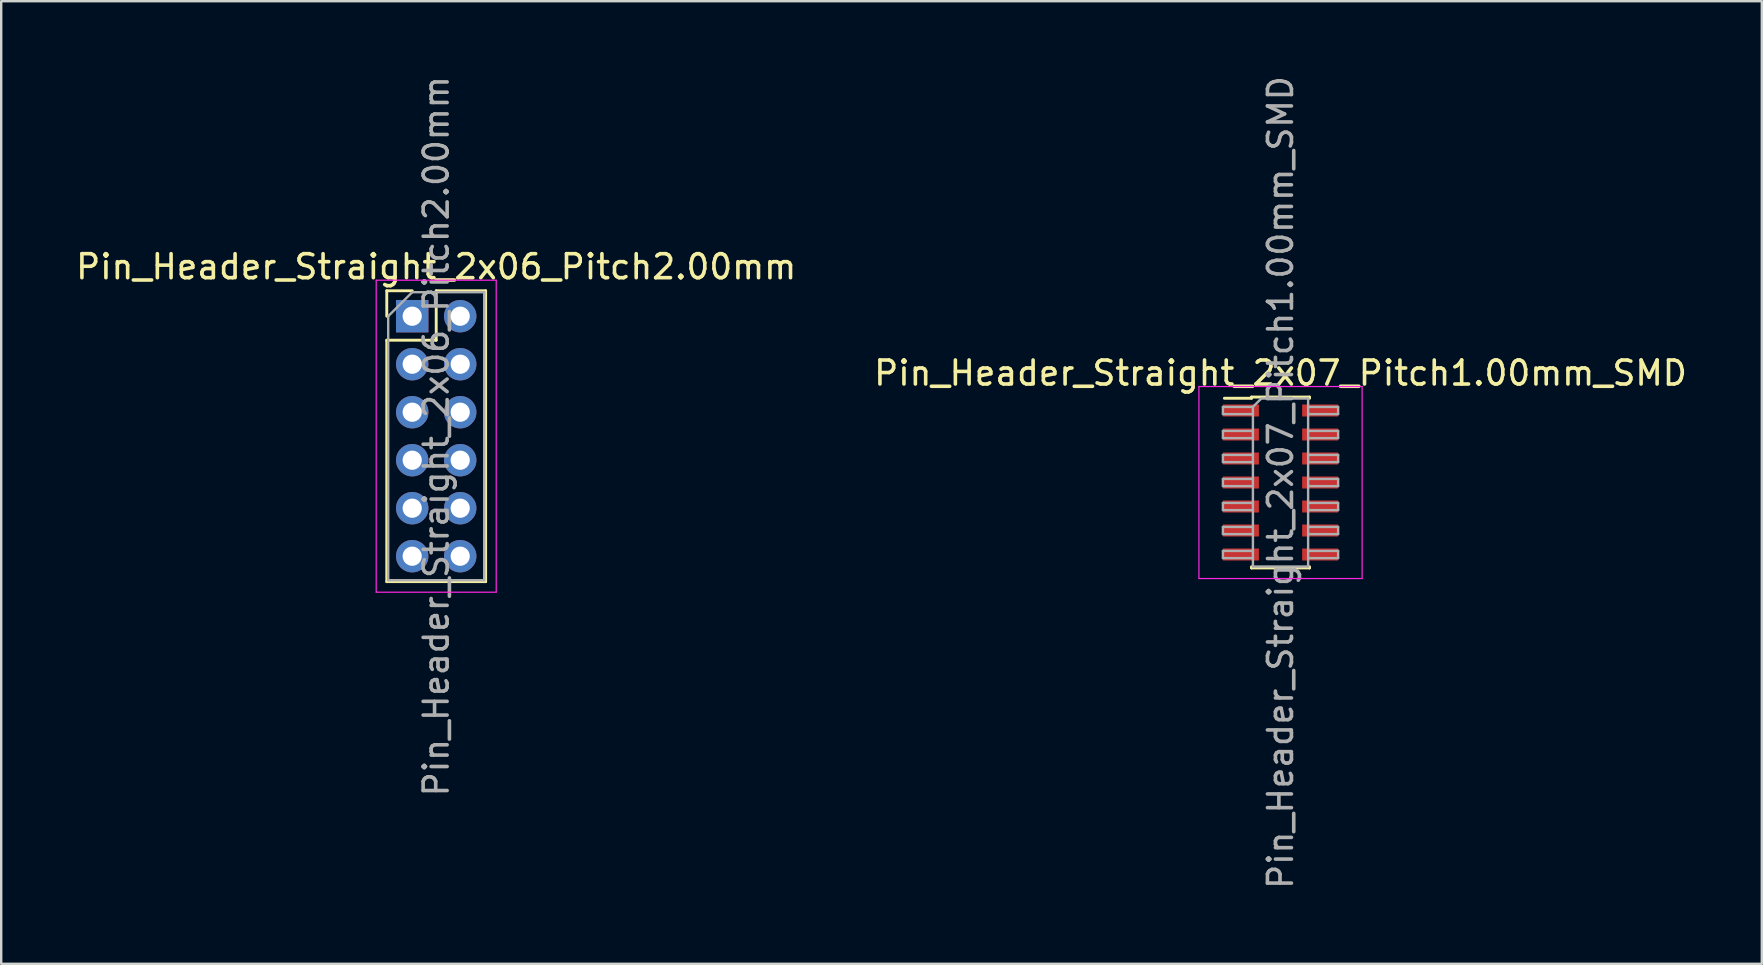
<source format=kicad_pcb>
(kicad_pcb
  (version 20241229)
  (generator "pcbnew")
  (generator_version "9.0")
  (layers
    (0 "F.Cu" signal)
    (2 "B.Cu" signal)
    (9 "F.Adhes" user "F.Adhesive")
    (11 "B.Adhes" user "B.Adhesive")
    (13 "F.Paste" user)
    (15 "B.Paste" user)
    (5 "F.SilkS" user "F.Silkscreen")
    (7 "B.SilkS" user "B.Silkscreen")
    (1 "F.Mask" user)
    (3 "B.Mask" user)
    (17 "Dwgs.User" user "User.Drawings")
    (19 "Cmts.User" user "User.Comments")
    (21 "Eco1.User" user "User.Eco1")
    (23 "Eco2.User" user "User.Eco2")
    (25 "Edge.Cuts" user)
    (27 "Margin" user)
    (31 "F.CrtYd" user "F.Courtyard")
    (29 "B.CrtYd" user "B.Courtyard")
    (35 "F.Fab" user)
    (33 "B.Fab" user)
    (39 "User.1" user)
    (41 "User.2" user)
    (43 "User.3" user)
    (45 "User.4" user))
  (footprint "Pin_Header_Straight_2x06_Pitch2.00mm"
    (layer "F.Cu")
    (at 14.125 10.125)
    (property "Reference" "Pin_Header_Straight_2x06_Pitch2.00mm" (at 1 -2.06 0) (layer "F.SilkS") (effects (font (size 1 1) (thickness 0.15))))
    (attr through_hole)
    (fp_line (start -1.06 -1.06) (end 0 -1.06) (stroke (width 0.12) (type solid)) (layer "F.SilkS"))
    (fp_line (start -1.06 0) (end -1.06 -1.06) (stroke (width 0.12) (type solid)) (layer "F.SilkS"))
    (fp_line (start -1.06 1) (end -1.06 11.06) (stroke (width 0.12) (type solid)) (layer "F.SilkS"))
    (fp_line (start -1.06 1) (end 1 1) (stroke (width 0.12) (type solid)) (layer "F.SilkS"))
    (fp_line (start -1.06 11.06) (end 3.06 11.06) (stroke (width 0.12) (type solid)) (layer "F.SilkS"))
    (fp_line (start 1 -1.06) (end 3.06 -1.06) (stroke (width 0.12) (type solid)) (layer "F.SilkS"))
    (fp_line (start 1 1) (end 1 -1.06) (stroke (width 0.12) (type solid)) (layer "F.SilkS"))
    (fp_line (start 3.06 -1.06) (end 3.06 11.06) (stroke (width 0.12) (type solid)) (layer "F.SilkS"))
    (fp_line (start -1.5 -1.5) (end -1.5 11.5) (stroke (width 0.05) (type solid)) (layer "F.CrtYd"))
    (fp_line (start -1.5 11.5) (end 3.5 11.5) (stroke (width 0.05) (type solid)) (layer "F.CrtYd"))
    (fp_line (start 3.5 -1.5) (end -1.5 -1.5) (stroke (width 0.05) (type solid)) (layer "F.CrtYd"))
    (fp_line (start 3.5 11.5) (end 3.5 -1.5) (stroke (width 0.05) (type solid)) (layer "F.CrtYd"))
    (fp_line (start -1 0) (end 0 -1) (stroke (width 0.1) (type solid)) (layer "F.Fab"))
    (fp_line (start -1 11) (end -1 0) (stroke (width 0.1) (type solid)) (layer "F.Fab"))
    (fp_line (start 0 -1) (end 3 -1) (stroke (width 0.1) (type solid)) (layer "F.Fab"))
    (fp_line (start 3 -1) (end 3 11) (stroke (width 0.1) (type solid)) (layer "F.Fab"))
    (fp_line (start 3 11) (end -1 11) (stroke (width 0.1) (type solid)) (layer "F.Fab"))
    (fp_text user "${REFERENCE}" (at 1 5 90) (layer "F.Fab") (effects (font (size 1 1) (thickness 0.15))))
    (pad "1" thru_hole rect (at 0 0) (size 1.35 1.35) (drill 0.8) (layers "*.Cu" "*.Mask"))
    (pad "2" thru_hole oval (at 2 0) (size 1.35 1.35) (drill 0.8) (layers "*.Cu" "*.Mask"))
    (pad "3" thru_hole oval (at 0 2) (size 1.35 1.35) (drill 0.8) (layers "*.Cu" "*.Mask"))
    (pad "4" thru_hole oval (at 2 2) (size 1.35 1.35) (drill 0.8) (layers "*.Cu" "*.Mask"))
    (pad "5" thru_hole oval (at 0 4) (size 1.35 1.35) (drill 0.8) (layers "*.Cu" "*.Mask"))
    (pad "6" thru_hole oval (at 2 4) (size 1.35 1.35) (drill 0.8) (layers "*.Cu" "*.Mask"))
    (pad "7" thru_hole oval (at 0 6) (size 1.35 1.35) (drill 0.8) (layers "*.Cu" "*.Mask"))
    (pad "8" thru_hole oval (at 2 6) (size 1.35 1.35) (drill 0.8) (layers "*.Cu" "*.Mask"))
    (pad "9" thru_hole oval (at 0 8) (size 1.35 1.35) (drill 0.8) (layers "*.Cu" "*.Mask"))
    (pad "10" thru_hole oval (at 2 8) (size 1.35 1.35) (drill 0.8) (layers "*.Cu" "*.Mask"))
    (pad "11" thru_hole oval (at 0 10) (size 1.35 1.35) (drill 0.8) (layers "*.Cu" "*.Mask"))
    (pad "12" thru_hole oval (at 2 10) (size 1.35 1.35) (drill 0.8) (layers "*.Cu" "*.Mask")))
  (footprint "Pin_Header_Straight_2x07_Pitch1.00mm_SMD"
    (layer "F.Cu")
    (at 50.304 17.054)
    (property "Reference" "Pin_Header_Straight_2x07_Pitch1.00mm_SMD" (at 0 -4.56 0) (layer "F.SilkS") (effects (font (size 1 1) (thickness 0.15))))
    (attr smd)
    (fp_line (start -2.34 -3.51) (end -1.21 -3.51) (stroke (width 0.12) (type solid)) (layer "F.SilkS"))
    (fp_line (start -1.21 -3.56) (end -1.21 -3.51) (stroke (width 0.12) (type solid)) (layer "F.SilkS"))
    (fp_line (start -1.21 -3.56) (end 1.21 -3.56) (stroke (width 0.12) (type solid)) (layer "F.SilkS"))
    (fp_line (start -1.21 3.51) (end -1.21 3.56) (stroke (width 0.12) (type solid)) (layer "F.SilkS"))
    (fp_line (start -1.21 3.56) (end 1.21 3.56) (stroke (width 0.12) (type solid)) (layer "F.SilkS"))
    (fp_line (start 1.21 -3.56) (end 1.21 -3.51) (stroke (width 0.12) (type solid)) (layer "F.SilkS"))
    (fp_line (start 1.21 3.51) (end 1.21 3.56) (stroke (width 0.12) (type solid)) (layer "F.SilkS"))
    (fp_line (start -3.4 -4) (end -3.4 4) (stroke (width 0.05) (type solid)) (layer "F.CrtYd"))
    (fp_line (start -3.4 4) (end 3.4 4) (stroke (width 0.05) (type solid)) (layer "F.CrtYd"))
    (fp_line (start 3.4 -4) (end -3.4 -4) (stroke (width 0.05) (type solid)) (layer "F.CrtYd"))
    (fp_line (start 3.4 4) (end 3.4 -4) (stroke (width 0.05) (type solid)) (layer "F.CrtYd"))
    (fp_line (start -2.4 -3.15) (end -2.4 -2.85) (stroke (width 0.1) (type solid)) (layer "F.Fab"))
    (fp_line (start -2.4 -2.85) (end -1.15 -2.85) (stroke (width 0.1) (type solid)) (layer "F.Fab"))
    (fp_line (start -2.4 -2.15) (end -2.4 -1.85) (stroke (width 0.1) (type solid)) (layer "F.Fab"))
    (fp_line (start -2.4 -1.85) (end -1.15 -1.85) (stroke (width 0.1) (type solid)) (layer "F.Fab"))
    (fp_line (start -2.4 -1.15) (end -2.4 -0.85) (stroke (width 0.1) (type solid)) (layer "F.Fab"))
    (fp_line (start -2.4 -0.85) (end -1.15 -0.85) (stroke (width 0.1) (type solid)) (layer "F.Fab"))
    (fp_line (start -2.4 -0.15) (end -2.4 0.15) (stroke (width 0.1) (type solid)) (layer "F.Fab"))
    (fp_line (start -2.4 0.15) (end -1.15 0.15) (stroke (width 0.1) (type solid)) (layer "F.Fab"))
    (fp_line (start -2.4 0.85) (end -2.4 1.15) (stroke (width 0.1) (type solid)) (layer "F.Fab"))
    (fp_line (start -2.4 1.15) (end -1.15 1.15) (stroke (width 0.1) (type solid)) (layer "F.Fab"))
    (fp_line (start -2.4 1.85) (end -2.4 2.15) (stroke (width 0.1) (type solid)) (layer "F.Fab"))
    (fp_line (start -2.4 2.15) (end -1.15 2.15) (stroke (width 0.1) (type solid)) (layer "F.Fab"))
    (fp_line (start -2.4 2.85) (end -2.4 3.15) (stroke (width 0.1) (type solid)) (layer "F.Fab"))
    (fp_line (start -2.4 3.15) (end -1.15 3.15) (stroke (width 0.1) (type solid)) (layer "F.Fab"))
    (fp_line (start -1.15 -3.15) (end -2.4 -3.15) (stroke (width 0.1) (type solid)) (layer "F.Fab"))
    (fp_line (start -1.15 -3.15) (end -0.8 -3.5) (stroke (width 0.1) (type solid)) (layer "F.Fab"))
    (fp_line (start -1.15 -2.15) (end -2.4 -2.15) (stroke (width 0.1) (type solid)) (layer "F.Fab"))
    (fp_line (start -1.15 -1.15) (end -2.4 -1.15) (stroke (width 0.1) (type solid)) (layer "F.Fab"))
    (fp_line (start -1.15 -0.15) (end -2.4 -0.15) (stroke (width 0.1) (type solid)) (layer "F.Fab"))
    (fp_line (start -1.15 0.85) (end -2.4 0.85) (stroke (width 0.1) (type solid)) (layer "F.Fab"))
    (fp_line (start -1.15 1.85) (end -2.4 1.85) (stroke (width 0.1) (type solid)) (layer "F.Fab"))
    (fp_line (start -1.15 2.85) (end -2.4 2.85) (stroke (width 0.1) (type solid)) (layer "F.Fab"))
    (fp_line (start -1.15 3.5) (end -1.15 -3.15) (stroke (width 0.1) (type solid)) (layer "F.Fab"))
    (fp_line (start -0.8 -3.5) (end 1.15 -3.5) (stroke (width 0.1) (type solid)) (layer "F.Fab"))
    (fp_line (start 1.15 -3.5) (end 1.15 3.5) (stroke (width 0.1) (type solid)) (layer "F.Fab"))
    (fp_line (start 1.15 -3.15) (end 2.4 -3.15) (stroke (width 0.1) (type solid)) (layer "F.Fab"))
    (fp_line (start 1.15 -2.15) (end 2.4 -2.15) (stroke (width 0.1) (type solid)) (layer "F.Fab"))
    (fp_line (start 1.15 -1.15) (end 2.4 -1.15) (stroke (width 0.1) (type solid)) (layer "F.Fab"))
    (fp_line (start 1.15 -0.15) (end 2.4 -0.15) (stroke (width 0.1) (type solid)) (layer "F.Fab"))
    (fp_line (start 1.15 0.85) (end 2.4 0.85) (stroke (width 0.1) (type solid)) (layer "F.Fab"))
    (fp_line (start 1.15 1.85) (end 2.4 1.85) (stroke (width 0.1) (type solid)) (layer "F.Fab"))
    (fp_line (start 1.15 2.85) (end 2.4 2.85) (stroke (width 0.1) (type solid)) (layer "F.Fab"))
    (fp_line (start 1.15 3.5) (end -1.15 3.5) (stroke (width 0.1) (type solid)) (layer "F.Fab"))
    (fp_line (start 2.4 -3.15) (end 2.4 -2.85) (stroke (width 0.1) (type solid)) (layer "F.Fab"))
    (fp_line (start 2.4 -2.85) (end 1.15 -2.85) (stroke (width 0.1) (type solid)) (layer "F.Fab"))
    (fp_line (start 2.4 -2.15) (end 2.4 -1.85) (stroke (width 0.1) (type solid)) (layer "F.Fab"))
    (fp_line (start 2.4 -1.85) (end 1.15 -1.85) (stroke (width 0.1) (type solid)) (layer "F.Fab"))
    (fp_line (start 2.4 -1.15) (end 2.4 -0.85) (stroke (width 0.1) (type solid)) (layer "F.Fab"))
    (fp_line (start 2.4 -0.85) (end 1.15 -0.85) (stroke (width 0.1) (type solid)) (layer "F.Fab"))
    (fp_line (start 2.4 -0.15) (end 2.4 0.15) (stroke (width 0.1) (type solid)) (layer "F.Fab"))
    (fp_line (start 2.4 0.15) (end 1.15 0.15) (stroke (width 0.1) (type solid)) (layer "F.Fab"))
    (fp_line (start 2.4 0.85) (end 2.4 1.15) (stroke (width 0.1) (type solid)) (layer "F.Fab"))
    (fp_line (start 2.4 1.15) (end 1.15 1.15) (stroke (width 0.1) (type solid)) (layer "F.Fab"))
    (fp_line (start 2.4 1.85) (end 2.4 2.15) (stroke (width 0.1) (type solid)) (layer "F.Fab"))
    (fp_line (start 2.4 2.15) (end 1.15 2.15) (stroke (width 0.1) (type solid)) (layer "F.Fab"))
    (fp_line (start 2.4 2.85) (end 2.4 3.15) (stroke (width 0.1) (type solid)) (layer "F.Fab"))
    (fp_line (start 2.4 3.15) (end 1.15 3.15) (stroke (width 0.1) (type solid)) (layer "F.Fab"))
    (fp_text user "${REFERENCE}" (at 0 0 90) (layer "F.Fab") (effects (font (size 1 1) (thickness 0.15))))
    (pad "1" smd rect (at -1.65 -3) (size 1.5 0.5) (layers "F.Cu" "F.Mask" "F.Paste"))
    (pad "2" smd rect (at 1.65 -3) (size 1.5 0.5) (layers "F.Cu" "F.Mask" "F.Paste"))
    (pad "3" smd rect (at -1.65 -2) (size 1.5 0.5) (layers "F.Cu" "F.Mask" "F.Paste"))
    (pad "4" smd rect (at 1.65 -2) (size 1.5 0.5) (layers "F.Cu" "F.Mask" "F.Paste"))
    (pad "5" smd rect (at -1.65 -1) (size 1.5 0.5) (layers "F.Cu" "F.Mask" "F.Paste"))
    (pad "6" smd rect (at 1.65 -1) (size 1.5 0.5) (layers "F.Cu" "F.Mask" "F.Paste"))
    (pad "7" smd rect (at -1.65 0) (size 1.5 0.5) (layers "F.Cu" "F.Mask" "F.Paste"))
    (pad "8" smd rect (at 1.65 0) (size 1.5 0.5) (layers "F.Cu" "F.Mask" "F.Paste"))
    (pad "9" smd rect (at -1.65 1) (size 1.5 0.5) (layers "F.Cu" "F.Mask" "F.Paste"))
    (pad "10" smd rect (at 1.65 1) (size 1.5 0.5) (layers "F.Cu" "F.Mask" "F.Paste"))
    (pad "11" smd rect (at -1.65 2) (size 1.5 0.5) (layers "F.Cu" "F.Mask" "F.Paste"))
    (pad "12" smd rect (at 1.65 2) (size 1.5 0.5) (layers "F.Cu" "F.Mask" "F.Paste"))
    (pad "13" smd rect (at -1.65 3) (size 1.5 0.5) (layers "F.Cu" "F.Mask" "F.Paste"))
    (pad "14" smd rect (at 1.65 3) (size 1.5 0.5) (layers "F.Cu" "F.Mask" "F.Paste")))
  (gr_rect
    (start -3 -3)
    (end 70.357 37.107)
    (stroke (width 0.1) (type default))
    (fill no)
    (layer "Edge.Cuts")))
</source>
